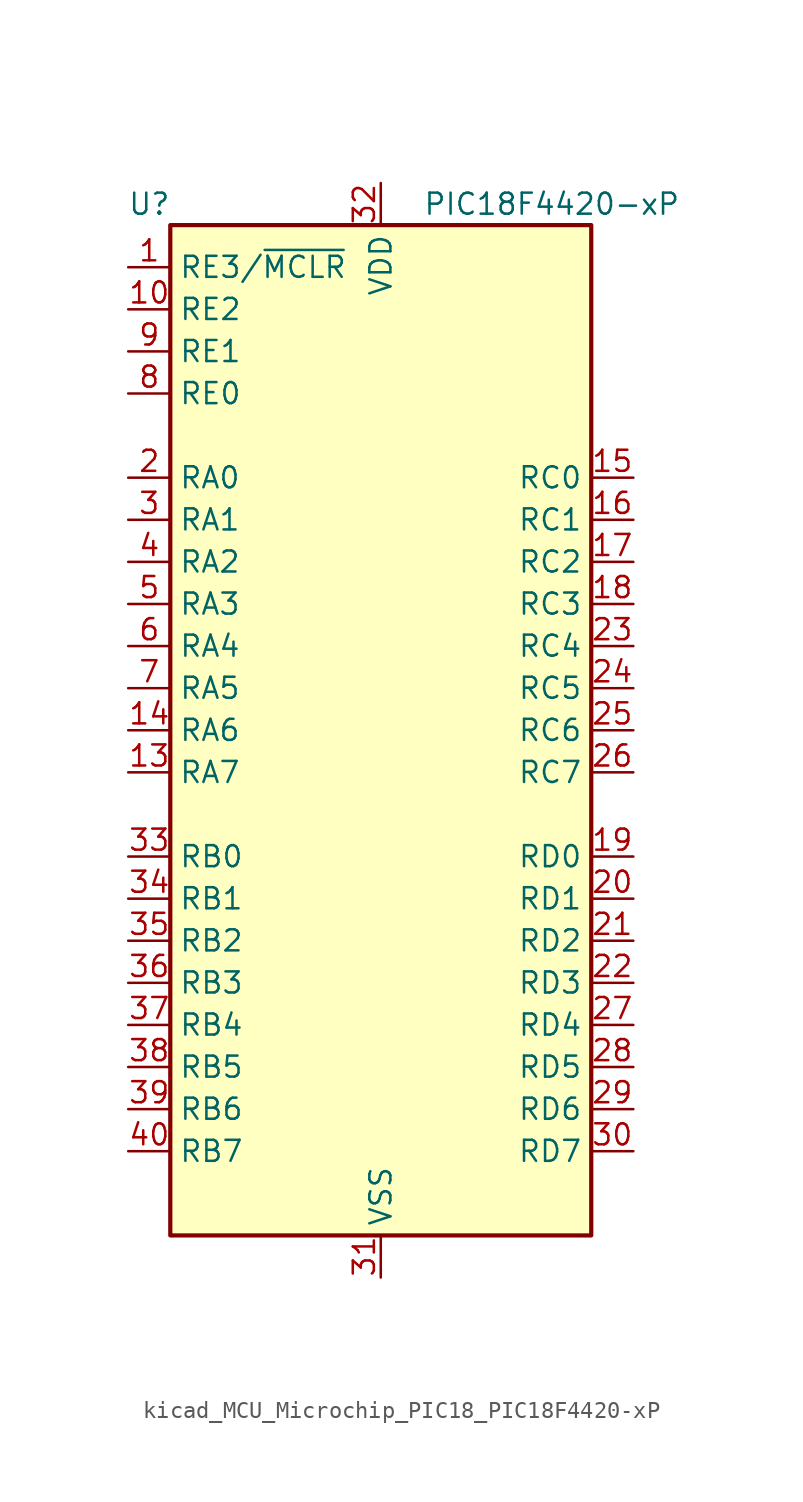
<source format=kicad_sym>
(kicad_symbol_lib
  (version 20220914)
  (generator kicad_symbol_editor)
  (symbol "kicad_MCU_Microchip_PIC18_PIC18F4420-xP"
    (property "Reference" "U"
      (at -13.97 31.75 0)
      (effects (font (size 1.27 1.27))))
    (property "Value" "PIC18F4420-xP"
      (at 2.54 31.75 0)
      (effects (font (size 1.27 1.27)) (justify left)))
    (symbol "kicad_MCU_Microchip_PIC18_PIC18F4420-xP_0_1"
      (rectangle (start -12.7 30.48) (end 12.7 -30.48) (stroke (width 0.254) (type default)) (fill (type background))))
    (symbol "kicad_MCU_Microchip_PIC18_PIC18F4420-xP_1_1"
      (pin input line (at -15.24 27.94 0) (length 2.54) (name "RE3/~{MCLR}" (effects (font (size 1.27 1.27)))) (number "1" (effects (font (size 1.27 1.27)))))
      (pin bidirectional line (at -15.24 25.4 0) (length 2.54) (name "RE2" (effects (font (size 1.27 1.27)))) (number "10" (effects (font (size 1.27 1.27)))))
      (pin passive line (at 0 33.02 270) (length 2.54) hide (name "VDD" (effects (font (size 1.27 1.27)))) (number "11" (effects (font (size 1.27 1.27)))))
      (pin passive line (at 0 -33.02 90) (length 2.54) hide (name "VSS" (effects (font (size 1.27 1.27)))) (number "12" (effects (font (size 1.27 1.27)))))
      (pin bidirectional line (at -15.24 -2.54 0) (length 2.54) (name "RA7" (effects (font (size 1.27 1.27)))) (number "13" (effects (font (size 1.27 1.27)))))
      (pin bidirectional line (at -15.24 0 0) (length 2.54) (name "RA6" (effects (font (size 1.27 1.27)))) (number "14" (effects (font (size 1.27 1.27)))))
      (pin bidirectional line (at 15.24 15.24 180) (length 2.54) (name "RC0" (effects (font (size 1.27 1.27)))) (number "15" (effects (font (size 1.27 1.27)))))
      (pin bidirectional line (at 15.24 12.7 180) (length 2.54) (name "RC1" (effects (font (size 1.27 1.27)))) (number "16" (effects (font (size 1.27 1.27)))))
      (pin bidirectional line (at 15.24 10.16 180) (length 2.54) (name "RC2" (effects (font (size 1.27 1.27)))) (number "17" (effects (font (size 1.27 1.27)))))
      (pin bidirectional line (at 15.24 7.62 180) (length 2.54) (name "RC3" (effects (font (size 1.27 1.27)))) (number "18" (effects (font (size 1.27 1.27)))))
      (pin bidirectional line (at 15.24 -7.62 180) (length 2.54) (name "RD0" (effects (font (size 1.27 1.27)))) (number "19" (effects (font (size 1.27 1.27)))))
      (pin bidirectional line (at -15.24 15.24 0) (length 2.54) (name "RA0" (effects (font (size 1.27 1.27)))) (number "2" (effects (font (size 1.27 1.27)))))
      (pin bidirectional line (at 15.24 -10.16 180) (length 2.54) (name "RD1" (effects (font (size 1.27 1.27)))) (number "20" (effects (font (size 1.27 1.27)))))
      (pin bidirectional line (at 15.24 -12.7 180) (length 2.54) (name "RD2" (effects (font (size 1.27 1.27)))) (number "21" (effects (font (size 1.27 1.27)))))
      (pin bidirectional line (at 15.24 -15.24 180) (length 2.54) (name "RD3" (effects (font (size 1.27 1.27)))) (number "22" (effects (font (size 1.27 1.27)))))
      (pin bidirectional line (at 15.24 5.08 180) (length 2.54) (name "RC4" (effects (font (size 1.27 1.27)))) (number "23" (effects (font (size 1.27 1.27)))))
      (pin bidirectional line (at 15.24 2.54 180) (length 2.54) (name "RC5" (effects (font (size 1.27 1.27)))) (number "24" (effects (font (size 1.27 1.27)))))
      (pin bidirectional line (at 15.24 0 180) (length 2.54) (name "RC6" (effects (font (size 1.27 1.27)))) (number "25" (effects (font (size 1.27 1.27)))))
      (pin bidirectional line (at 15.24 -2.54 180) (length 2.54) (name "RC7" (effects (font (size 1.27 1.27)))) (number "26" (effects (font (size 1.27 1.27)))))
      (pin bidirectional line (at 15.24 -17.78 180) (length 2.54) (name "RD4" (effects (font (size 1.27 1.27)))) (number "27" (effects (font (size 1.27 1.27)))))
      (pin bidirectional line (at 15.24 -20.32 180) (length 2.54) (name "RD5" (effects (font (size 1.27 1.27)))) (number "28" (effects (font (size 1.27 1.27)))))
      (pin bidirectional line (at 15.24 -22.86 180) (length 2.54) (name "RD6" (effects (font (size 1.27 1.27)))) (number "29" (effects (font (size 1.27 1.27)))))
      (pin bidirectional line (at -15.24 12.7 0) (length 2.54) (name "RA1" (effects (font (size 1.27 1.27)))) (number "3" (effects (font (size 1.27 1.27)))))
      (pin bidirectional line (at 15.24 -25.4 180) (length 2.54) (name "RD7" (effects (font (size 1.27 1.27)))) (number "30" (effects (font (size 1.27 1.27)))))
      (pin power_in line (at 0 -33.02 90) (length 2.54) (name "VSS" (effects (font (size 1.27 1.27)))) (number "31" (effects (font (size 1.27 1.27)))))
      (pin power_in line (at 0 33.02 270) (length 2.54) (name "VDD" (effects (font (size 1.27 1.27)))) (number "32" (effects (font (size 1.27 1.27)))))
      (pin bidirectional line (at -15.24 -7.62 0) (length 2.54) (name "RB0" (effects (font (size 1.27 1.27)))) (number "33" (effects (font (size 1.27 1.27)))))
      (pin bidirectional line (at -15.24 -10.16 0) (length 2.54) (name "RB1" (effects (font (size 1.27 1.27)))) (number "34" (effects (font (size 1.27 1.27)))))
      (pin bidirectional line (at -15.24 -12.7 0) (length 2.54) (name "RB2" (effects (font (size 1.27 1.27)))) (number "35" (effects (font (size 1.27 1.27)))))
      (pin bidirectional line (at -15.24 -15.24 0) (length 2.54) (name "RB3" (effects (font (size 1.27 1.27)))) (number "36" (effects (font (size 1.27 1.27)))))
      (pin bidirectional line (at -15.24 -17.78 0) (length 2.54) (name "RB4" (effects (font (size 1.27 1.27)))) (number "37" (effects (font (size 1.27 1.27)))))
      (pin bidirectional line (at -15.24 -20.32 0) (length 2.54) (name "RB5" (effects (font (size 1.27 1.27)))) (number "38" (effects (font (size 1.27 1.27)))))
      (pin bidirectional line (at -15.24 -22.86 0) (length 2.54) (name "RB6" (effects (font (size 1.27 1.27)))) (number "39" (effects (font (size 1.27 1.27)))))
      (pin bidirectional line (at -15.24 10.16 0) (length 2.54) (name "RA2" (effects (font (size 1.27 1.27)))) (number "4" (effects (font (size 1.27 1.27)))))
      (pin bidirectional line (at -15.24 -25.4 0) (length 2.54) (name "RB7" (effects (font (size 1.27 1.27)))) (number "40" (effects (font (size 1.27 1.27)))))
      (pin bidirectional line (at -15.24 7.62 0) (length 2.54) (name "RA3" (effects (font (size 1.27 1.27)))) (number "5" (effects (font (size 1.27 1.27)))))
      (pin bidirectional line (at -15.24 5.08 0) (length 2.54) (name "RA4" (effects (font (size 1.27 1.27)))) (number "6" (effects (font (size 1.27 1.27)))))
      (pin bidirectional line (at -15.24 2.54 0) (length 2.54) (name "RA5" (effects (font (size 1.27 1.27)))) (number "7" (effects (font (size 1.27 1.27)))))
      (pin bidirectional line (at -15.24 20.32 0) (length 2.54) (name "RE0" (effects (font (size 1.27 1.27)))) (number "8" (effects (font (size 1.27 1.27)))))
      (pin bidirectional line (at -15.24 22.86 0) (length 2.54) (name "RE1" (effects (font (size 1.27 1.27)))) (number "9" (effects (font (size 1.27 1.27))))))))
</source>
